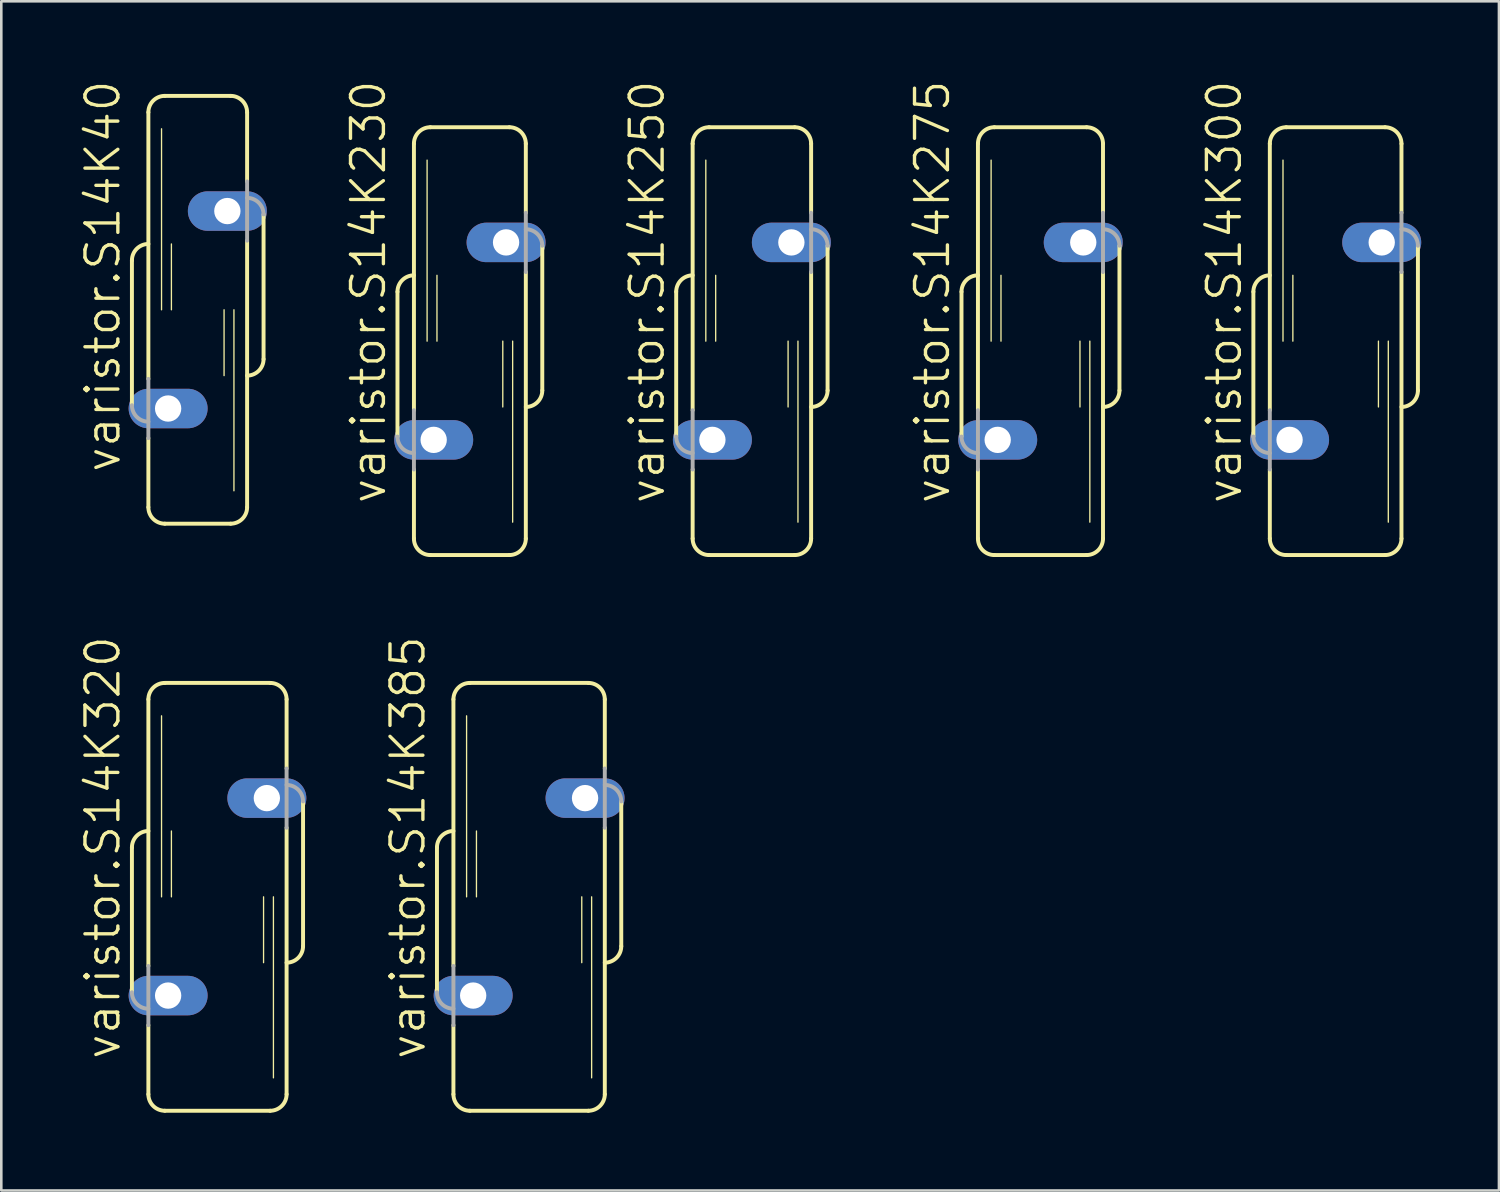
<source format=kicad_pcb>
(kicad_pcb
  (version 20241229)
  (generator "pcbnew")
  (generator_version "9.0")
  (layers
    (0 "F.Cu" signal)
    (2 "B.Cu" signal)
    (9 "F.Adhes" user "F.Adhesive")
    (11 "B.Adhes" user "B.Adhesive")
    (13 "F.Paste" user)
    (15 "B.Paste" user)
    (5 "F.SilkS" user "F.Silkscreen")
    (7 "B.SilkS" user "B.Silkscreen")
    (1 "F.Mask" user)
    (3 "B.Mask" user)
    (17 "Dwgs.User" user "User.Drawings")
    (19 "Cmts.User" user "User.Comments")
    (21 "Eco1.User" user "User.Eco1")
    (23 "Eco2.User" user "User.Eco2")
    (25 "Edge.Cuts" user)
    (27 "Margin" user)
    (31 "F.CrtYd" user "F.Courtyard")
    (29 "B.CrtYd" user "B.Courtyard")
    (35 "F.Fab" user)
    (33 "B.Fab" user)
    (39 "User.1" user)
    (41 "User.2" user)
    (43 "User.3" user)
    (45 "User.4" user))
  (footprint "varistor.S14K275"
    (layer "F.Cu")
    (at 37.103 10.115)
    (property "Reference" "varistor.S14K275" (at -3.429 6.35 90) (layer "F.SilkS") (effects (font (size 1.27 1.27) (thickness 0.13)) (justify left bottom)))
    (attr through_hole)
    (fp_line (start -3.048 -1.905) (end -3.048 3.683) (stroke (width 0.152) (type default)) (layer "F.SilkS"))
    (fp_line (start -2.413 2.667) (end -2.413 -7.62) (stroke (width 0.152) (type default)) (layer "F.SilkS"))
    (fp_line (start -2.413 7.62) (end -2.413 4.953) (stroke (width 0.152) (type default)) (layer "F.SilkS"))
    (fp_line (start -1.905 0) (end -1.905 -6.985) (stroke (width 0.051) (type default)) (layer "F.SilkS"))
    (fp_line (start -1.778 -8.255) (end 1.778 -8.255) (stroke (width 0.152) (type default)) (layer "F.SilkS"))
    (fp_line (start -1.778 8.255) (end 1.778 8.255) (stroke (width 0.152) (type default)) (layer "F.SilkS"))
    (fp_line (start -1.524 0) (end -1.524 -2.54) (stroke (width 0.051) (type default)) (layer "F.SilkS"))
    (fp_line (start 1.524 2.54) (end 1.524 0) (stroke (width 0.051) (type default)) (layer "F.SilkS"))
    (fp_line (start 1.905 6.985) (end 1.905 0) (stroke (width 0.051) (type default)) (layer "F.SilkS"))
    (fp_line (start 2.413 -4.953) (end 2.413 -7.62) (stroke (width 0.152) (type default)) (layer "F.SilkS"))
    (fp_line (start 2.413 7.62) (end 2.413 -2.667) (stroke (width 0.152) (type default)) (layer "F.SilkS"))
    (fp_line (start 3.048 1.905) (end 3.048 -3.683) (stroke (width 0.152) (type default)) (layer "F.SilkS"))
    (fp_arc (start -3.048 -1.905) (mid -2.862013 -2.354013) (end -2.413 -2.54) (stroke (width 0.1524) (type default)) (layer "F.SilkS"))
    (fp_arc (start -2.413 -7.62) (mid -2.227013 -8.069013) (end -1.778 -8.255) (stroke (width 0.1524) (type default)) (layer "F.SilkS"))
    (fp_arc (start -1.778 8.255) (mid -2.227013 8.069013) (end -2.413 7.62) (stroke (width 0.1524) (type default)) (layer "F.SilkS"))
    (fp_arc (start 1.778 -8.255) (mid 2.227013 -8.069013) (end 2.413 -7.62) (stroke (width 0.1524) (type default)) (layer "F.SilkS"))
    (fp_arc (start 2.413 7.62) (mid 2.227013 8.069013) (end 1.778 8.255) (stroke (width 0.1524) (type default)) (layer "F.SilkS"))
    (fp_arc (start 3.048 1.905) (mid 2.862013 2.354013) (end 2.413 2.54) (stroke (width 0.1524) (type default)) (layer "F.SilkS"))
    (fp_line (start -2.413 2.667) (end -2.413 4.953) (stroke (width 0.152) (type default)) (layer "F.Fab"))
    (fp_line (start 2.413 -2.667) (end 2.413 -4.953) (stroke (width 0.152) (type default)) (layer "F.Fab"))
    (fp_arc (start -2.413 4.318) (mid -2.862013 4.132013) (end -3.048 3.683) (stroke (width 0.1524) (type default)) (layer "F.Fab"))
    (fp_arc (start 2.413 -4.318) (mid 2.862013 -4.132013) (end 3.048 -3.683) (stroke (width 0.1524) (type default)) (layer "F.Fab"))
    (pad "1" thru_hole oval (at -1.651 3.81) (size 3.048 1.524) (drill 1.016) (layers "*.Cu" "*.Mask"))
    (pad "2" thru_hole oval (at 1.651 -3.81) (size 3.048 1.524) (drill 1.016) (layers "*.Cu" "*.Mask")))
  (footprint "varistor.S14K300"
    (layer "F.Cu")
    (at 48.494 10.115)
    (property "Reference" "varistor.S14K300" (at -3.556 6.35 90) (layer "F.SilkS") (effects (font (size 1.27 1.27) (thickness 0.13)) (justify left bottom)))
    (attr through_hole)
    (fp_line (start -3.175 -1.905) (end -3.175 3.683) (stroke (width 0.152) (type default)) (layer "F.SilkS"))
    (fp_line (start -2.54 2.667) (end -2.54 -7.62) (stroke (width 0.152) (type default)) (layer "F.SilkS"))
    (fp_line (start -2.54 7.62) (end -2.54 4.953) (stroke (width 0.152) (type default)) (layer "F.SilkS"))
    (fp_line (start -2.032 0) (end -2.032 -6.985) (stroke (width 0.051) (type default)) (layer "F.SilkS"))
    (fp_line (start -1.905 -8.255) (end 1.905 -8.255) (stroke (width 0.152) (type default)) (layer "F.SilkS"))
    (fp_line (start -1.905 8.255) (end 1.905 8.255) (stroke (width 0.152) (type default)) (layer "F.SilkS"))
    (fp_line (start -1.651 0) (end -1.651 -2.54) (stroke (width 0.051) (type default)) (layer "F.SilkS"))
    (fp_line (start 1.651 2.54) (end 1.651 0) (stroke (width 0.051) (type default)) (layer "F.SilkS"))
    (fp_line (start 2.032 6.985) (end 2.032 0) (stroke (width 0.051) (type default)) (layer "F.SilkS"))
    (fp_line (start 2.54 -4.953) (end 2.54 -7.62) (stroke (width 0.152) (type default)) (layer "F.SilkS"))
    (fp_line (start 2.54 7.62) (end 2.54 -2.667) (stroke (width 0.152) (type default)) (layer "F.SilkS"))
    (fp_line (start 3.175 1.905) (end 3.175 -3.683) (stroke (width 0.152) (type default)) (layer "F.SilkS"))
    (fp_arc (start -3.175 -1.905) (mid -2.989013 -2.354013) (end -2.54 -2.54) (stroke (width 0.1524) (type default)) (layer "F.SilkS"))
    (fp_arc (start -2.54 -7.62) (mid -2.354013 -8.069013) (end -1.905 -8.255) (stroke (width 0.1524) (type default)) (layer "F.SilkS"))
    (fp_arc (start -1.905 8.255) (mid -2.354013 8.069013) (end -2.54 7.62) (stroke (width 0.1524) (type default)) (layer "F.SilkS"))
    (fp_arc (start 1.905 -8.255) (mid 2.354013 -8.069013) (end 2.54 -7.62) (stroke (width 0.1524) (type default)) (layer "F.SilkS"))
    (fp_arc (start 2.54 7.62) (mid 2.354013 8.069013) (end 1.905 8.255) (stroke (width 0.1524) (type default)) (layer "F.SilkS"))
    (fp_arc (start 3.175 1.905) (mid 2.989013 2.354013) (end 2.54 2.54) (stroke (width 0.1524) (type default)) (layer "F.SilkS"))
    (fp_line (start -2.54 2.667) (end -2.54 4.953) (stroke (width 0.152) (type default)) (layer "F.Fab"))
    (fp_line (start 2.54 -2.667) (end 2.54 -4.953) (stroke (width 0.152) (type default)) (layer "F.Fab"))
    (fp_arc (start -2.54 4.318) (mid -2.989013 4.132013) (end -3.175 3.683) (stroke (width 0.1524) (type default)) (layer "F.Fab"))
    (fp_arc (start 2.54 -4.318) (mid 2.989013 -4.132013) (end 3.175 -3.683) (stroke (width 0.1524) (type default)) (layer "F.Fab"))
    (pad "1" thru_hole oval (at -1.778 3.81) (size 3.048 1.524) (drill 1.016) (layers "*.Cu" "*.Mask"))
    (pad "2" thru_hole oval (at 1.778 -3.81) (size 3.048 1.524) (drill 1.016) (layers "*.Cu" "*.Mask")))
  (footprint "varistor.S14K230"
    (layer "F.Cu")
    (at 15.083 10.115)
    (property "Reference" "varistor.S14K230" (at -3.175 6.35 90) (layer "F.SilkS") (effects (font (size 1.27 1.27) (thickness 0.13)) (justify left bottom)))
    (attr through_hole)
    (fp_line (start -2.794 -1.905) (end -2.794 3.683) (stroke (width 0.152) (type default)) (layer "F.SilkS"))
    (fp_line (start -2.159 2.667) (end -2.159 -7.62) (stroke (width 0.152) (type default)) (layer "F.SilkS"))
    (fp_line (start -2.159 7.62) (end -2.159 4.953) (stroke (width 0.152) (type default)) (layer "F.SilkS"))
    (fp_line (start -1.651 0) (end -1.651 -6.985) (stroke (width 0.051) (type default)) (layer "F.SilkS"))
    (fp_line (start -1.524 -8.255) (end 1.524 -8.255) (stroke (width 0.152) (type default)) (layer "F.SilkS"))
    (fp_line (start -1.524 8.255) (end 1.524 8.255) (stroke (width 0.152) (type default)) (layer "F.SilkS"))
    (fp_line (start -1.27 0) (end -1.27 -2.54) (stroke (width 0.051) (type default)) (layer "F.SilkS"))
    (fp_line (start 1.27 2.54) (end 1.27 0) (stroke (width 0.051) (type default)) (layer "F.SilkS"))
    (fp_line (start 1.651 6.985) (end 1.651 0) (stroke (width 0.051) (type default)) (layer "F.SilkS"))
    (fp_line (start 2.159 -4.953) (end 2.159 -7.62) (stroke (width 0.152) (type default)) (layer "F.SilkS"))
    (fp_line (start 2.159 7.62) (end 2.159 -2.667) (stroke (width 0.152) (type default)) (layer "F.SilkS"))
    (fp_line (start 2.794 1.905) (end 2.794 -3.683) (stroke (width 0.152) (type default)) (layer "F.SilkS"))
    (fp_arc (start -2.794 -1.905) (mid -2.608013 -2.354013) (end -2.159 -2.54) (stroke (width 0.1524) (type default)) (layer "F.SilkS"))
    (fp_arc (start -2.159 -7.62) (mid -1.973013 -8.069013) (end -1.524 -8.255) (stroke (width 0.1524) (type default)) (layer "F.SilkS"))
    (fp_arc (start -1.524 8.255) (mid -1.973013 8.069013) (end -2.159 7.62) (stroke (width 0.1524) (type default)) (layer "F.SilkS"))
    (fp_arc (start 1.524 -8.255) (mid 1.973013 -8.069013) (end 2.159 -7.62) (stroke (width 0.1524) (type default)) (layer "F.SilkS"))
    (fp_arc (start 2.159 7.62) (mid 1.973013 8.069013) (end 1.524 8.255) (stroke (width 0.1524) (type default)) (layer "F.SilkS"))
    (fp_arc (start 2.794 1.905) (mid 2.608013 2.354013) (end 2.159 2.54) (stroke (width 0.1524) (type default)) (layer "F.SilkS"))
    (fp_line (start -2.159 2.667) (end -2.159 4.953) (stroke (width 0.152) (type default)) (layer "F.Fab"))
    (fp_line (start 2.159 -2.667) (end 2.159 -4.953) (stroke (width 0.152) (type default)) (layer "F.Fab"))
    (fp_arc (start -2.159 4.318) (mid -2.608013 4.132013) (end -2.794 3.683) (stroke (width 0.1524) (type default)) (layer "F.Fab"))
    (fp_arc (start 2.159 -4.318) (mid 2.608013 -4.132013) (end 2.794 -3.683) (stroke (width 0.1524) (type default)) (layer "F.Fab"))
    (pad "1" thru_hole oval (at -1.397 3.81) (size 3.048 1.524) (drill 1.016) (layers "*.Cu" "*.Mask"))
    (pad "2" thru_hole oval (at 1.397 -3.81) (size 3.048 1.524) (drill 1.016) (layers "*.Cu" "*.Mask")))
  (footprint "varistor.S14K385"
    (layer "F.Cu")
    (at 17.369 31.56)
    (property "Reference" "varistor.S14K385" (at -3.937 6.35 90) (layer "F.SilkS") (effects (font (size 1.27 1.27) (thickness 0.13)) (justify left bottom)))
    (attr through_hole)
    (fp_line (start -3.556 -1.905) (end -3.556 3.683) (stroke (width 0.152) (type default)) (layer "F.SilkS"))
    (fp_line (start -2.921 2.667) (end -2.921 -7.62) (stroke (width 0.152) (type default)) (layer "F.SilkS"))
    (fp_line (start -2.921 7.62) (end -2.921 4.953) (stroke (width 0.152) (type default)) (layer "F.SilkS"))
    (fp_line (start -2.413 0) (end -2.413 -6.985) (stroke (width 0.051) (type default)) (layer "F.SilkS"))
    (fp_line (start -2.286 -8.255) (end 2.286 -8.255) (stroke (width 0.152) (type default)) (layer "F.SilkS"))
    (fp_line (start -2.286 8.255) (end 2.286 8.255) (stroke (width 0.152) (type default)) (layer "F.SilkS"))
    (fp_line (start -2.032 0) (end -2.032 -2.54) (stroke (width 0.051) (type default)) (layer "F.SilkS"))
    (fp_line (start 2.032 2.54) (end 2.032 0) (stroke (width 0.051) (type default)) (layer "F.SilkS"))
    (fp_line (start 2.413 6.985) (end 2.413 0) (stroke (width 0.051) (type default)) (layer "F.SilkS"))
    (fp_line (start 2.921 -4.953) (end 2.921 -7.62) (stroke (width 0.152) (type default)) (layer "F.SilkS"))
    (fp_line (start 2.921 7.62) (end 2.921 -2.667) (stroke (width 0.152) (type default)) (layer "F.SilkS"))
    (fp_line (start 3.556 1.905) (end 3.556 -3.683) (stroke (width 0.152) (type default)) (layer "F.SilkS"))
    (fp_arc (start -3.556 -1.905) (mid -3.370013 -2.354013) (end -2.921 -2.54) (stroke (width 0.1524) (type default)) (layer "F.SilkS"))
    (fp_arc (start -2.921 -7.62) (mid -2.735013 -8.069013) (end -2.286 -8.255) (stroke (width 0.1524) (type default)) (layer "F.SilkS"))
    (fp_arc (start -2.286 8.255) (mid -2.735013 8.069013) (end -2.921 7.62) (stroke (width 0.1524) (type default)) (layer "F.SilkS"))
    (fp_arc (start 2.286 -8.255) (mid 2.735013 -8.069013) (end 2.921 -7.62) (stroke (width 0.1524) (type default)) (layer "F.SilkS"))
    (fp_arc (start 2.921 7.62) (mid 2.735013 8.069013) (end 2.286 8.255) (stroke (width 0.1524) (type default)) (layer "F.SilkS"))
    (fp_arc (start 3.556 1.905) (mid 3.370013 2.354013) (end 2.921 2.54) (stroke (width 0.1524) (type default)) (layer "F.SilkS"))
    (fp_line (start -2.921 2.667) (end -2.921 4.953) (stroke (width 0.152) (type default)) (layer "F.Fab"))
    (fp_line (start 2.921 -2.667) (end 2.921 -4.953) (stroke (width 0.152) (type default)) (layer "F.Fab"))
    (fp_arc (start -2.921 4.318) (mid -3.370013 4.132013) (end -3.556 3.683) (stroke (width 0.1524) (type default)) (layer "F.Fab"))
    (fp_arc (start 2.921 -4.318) (mid 3.370013 -4.132013) (end 3.556 -3.683) (stroke (width 0.1524) (type default)) (layer "F.Fab"))
    (pad "1" thru_hole oval (at -2.159 3.81) (size 3.048 1.524) (drill 1.016) (layers "*.Cu" "*.Mask"))
    (pad "2" thru_hole oval (at 2.159 -3.81) (size 3.048 1.524) (drill 1.016) (layers "*.Cu" "*.Mask")))
  (footprint "varistor.S14K250"
    (layer "F.Cu")
    (at 25.966 10.115)
    (property "Reference" "varistor.S14K250" (at -3.302 6.35 90) (layer "F.SilkS") (effects (font (size 1.27 1.27) (thickness 0.13)) (justify left bottom)))
    (attr through_hole)
    (fp_line (start -2.921 -1.905) (end -2.921 3.683) (stroke (width 0.152) (type default)) (layer "F.SilkS"))
    (fp_line (start -2.286 2.667) (end -2.286 -7.62) (stroke (width 0.152) (type default)) (layer "F.SilkS"))
    (fp_line (start -2.286 7.62) (end -2.286 4.953) (stroke (width 0.152) (type default)) (layer "F.SilkS"))
    (fp_line (start -1.778 0) (end -1.778 -6.985) (stroke (width 0.051) (type default)) (layer "F.SilkS"))
    (fp_line (start -1.651 -8.255) (end 1.651 -8.255) (stroke (width 0.152) (type default)) (layer "F.SilkS"))
    (fp_line (start -1.651 8.255) (end 1.651 8.255) (stroke (width 0.152) (type default)) (layer "F.SilkS"))
    (fp_line (start -1.397 0) (end -1.397 -2.54) (stroke (width 0.051) (type default)) (layer "F.SilkS"))
    (fp_line (start 1.397 2.54) (end 1.397 0) (stroke (width 0.051) (type default)) (layer "F.SilkS"))
    (fp_line (start 1.778 6.985) (end 1.778 0) (stroke (width 0.051) (type default)) (layer "F.SilkS"))
    (fp_line (start 2.286 -4.953) (end 2.286 -7.62) (stroke (width 0.152) (type default)) (layer "F.SilkS"))
    (fp_line (start 2.286 7.62) (end 2.286 -2.667) (stroke (width 0.152) (type default)) (layer "F.SilkS"))
    (fp_line (start 2.921 1.905) (end 2.921 -3.683) (stroke (width 0.152) (type default)) (layer "F.SilkS"))
    (fp_arc (start -2.921 -1.905) (mid -2.735013 -2.354013) (end -2.286 -2.54) (stroke (width 0.1524) (type default)) (layer "F.SilkS"))
    (fp_arc (start -2.286 -7.62) (mid -2.100013 -8.069013) (end -1.651 -8.255) (stroke (width 0.1524) (type default)) (layer "F.SilkS"))
    (fp_arc (start -1.651 8.255) (mid -2.100013 8.069013) (end -2.286 7.62) (stroke (width 0.1524) (type default)) (layer "F.SilkS"))
    (fp_arc (start 1.651 -8.255) (mid 2.100013 -8.069013) (end 2.286 -7.62) (stroke (width 0.1524) (type default)) (layer "F.SilkS"))
    (fp_arc (start 2.286 7.62) (mid 2.100013 8.069013) (end 1.651 8.255) (stroke (width 0.1524) (type default)) (layer "F.SilkS"))
    (fp_arc (start 2.921 1.905) (mid 2.735013 2.354013) (end 2.286 2.54) (stroke (width 0.1524) (type default)) (layer "F.SilkS"))
    (fp_line (start -2.286 2.667) (end -2.286 4.953) (stroke (width 0.152) (type default)) (layer "F.Fab"))
    (fp_line (start 2.286 -2.667) (end 2.286 -4.953) (stroke (width 0.152) (type default)) (layer "F.Fab"))
    (fp_arc (start -2.286 4.318) (mid -2.735013 4.132013) (end -2.921 3.683) (stroke (width 0.1524) (type default)) (layer "F.Fab"))
    (fp_arc (start 2.286 -4.318) (mid 2.735013 -4.132013) (end 2.921 -3.683) (stroke (width 0.1524) (type default)) (layer "F.Fab"))
    (pad "1" thru_hole oval (at -1.524 3.81) (size 3.048 1.524) (drill 1.016) (layers "*.Cu" "*.Mask"))
    (pad "2" thru_hole oval (at 1.524 -3.81) (size 3.048 1.524) (drill 1.016) (layers "*.Cu" "*.Mask")))
  (footprint "varistor.S14K40"
    (layer "F.Cu")
    (at 4.581 8.905)
    (property "Reference" "varistor.S14K40" (at -2.921 6.35 90) (layer "F.SilkS") (effects (font (size 1.27 1.27) (thickness 0.13)) (justify left bottom)))
    (attr through_hole)
    (fp_line (start -2.54 -1.905) (end -2.54 3.683) (stroke (width 0.152) (type default)) (layer "F.SilkS"))
    (fp_line (start -1.905 2.667) (end -1.905 -7.62) (stroke (width 0.152) (type default)) (layer "F.SilkS"))
    (fp_line (start -1.905 7.62) (end -1.905 4.953) (stroke (width 0.152) (type default)) (layer "F.SilkS"))
    (fp_line (start -1.397 0) (end -1.397 -6.985) (stroke (width 0.051) (type default)) (layer "F.SilkS"))
    (fp_line (start -1.27 -8.255) (end 1.27 -8.255) (stroke (width 0.152) (type default)) (layer "F.SilkS"))
    (fp_line (start -1.27 8.255) (end 1.27 8.255) (stroke (width 0.152) (type default)) (layer "F.SilkS"))
    (fp_line (start -1.016 0) (end -1.016 -2.54) (stroke (width 0.051) (type default)) (layer "F.SilkS"))
    (fp_line (start 1.016 2.54) (end 1.016 0) (stroke (width 0.051) (type default)) (layer "F.SilkS"))
    (fp_line (start 1.397 6.985) (end 1.397 0) (stroke (width 0.051) (type default)) (layer "F.SilkS"))
    (fp_line (start 1.905 -4.953) (end 1.905 -7.62) (stroke (width 0.152) (type default)) (layer "F.SilkS"))
    (fp_line (start 1.905 7.62) (end 1.905 -2.667) (stroke (width 0.152) (type default)) (layer "F.SilkS"))
    (fp_line (start 2.54 1.905) (end 2.54 -3.683) (stroke (width 0.152) (type default)) (layer "F.SilkS"))
    (fp_arc (start -2.54 -1.905) (mid -2.354013 -2.354013) (end -1.905 -2.54) (stroke (width 0.1524) (type default)) (layer "F.SilkS"))
    (fp_arc (start -1.905 -7.62) (mid -1.719013 -8.069013) (end -1.27 -8.255) (stroke (width 0.1524) (type default)) (layer "F.SilkS"))
    (fp_arc (start -1.27 8.255) (mid -1.719013 8.069013) (end -1.905 7.62) (stroke (width 0.1524) (type default)) (layer "F.SilkS"))
    (fp_arc (start 1.27 -8.255) (mid 1.719013 -8.069013) (end 1.905 -7.62) (stroke (width 0.1524) (type default)) (layer "F.SilkS"))
    (fp_arc (start 1.905 7.62) (mid 1.719013 8.069013) (end 1.27 8.255) (stroke (width 0.1524) (type default)) (layer "F.SilkS"))
    (fp_arc (start 2.54 1.905) (mid 2.354013 2.354013) (end 1.905 2.54) (stroke (width 0.1524) (type default)) (layer "F.SilkS"))
    (fp_line (start -1.905 2.667) (end -1.905 4.953) (stroke (width 0.152) (type default)) (layer "F.Fab"))
    (fp_line (start 1.905 -2.667) (end 1.905 -4.953) (stroke (width 0.152) (type default)) (layer "F.Fab"))
    (fp_arc (start -1.905 4.318) (mid -2.354013 4.132013) (end -2.54 3.683) (stroke (width 0.1524) (type default)) (layer "F.Fab"))
    (fp_arc (start 1.905 -4.318) (mid 2.354013 -4.132013) (end 2.54 -3.683) (stroke (width 0.1524) (type default)) (layer "F.Fab"))
    (pad "1" thru_hole oval (at -1.143 3.81) (size 3.048 1.524) (drill 1.016) (layers "*.Cu" "*.Mask"))
    (pad "2" thru_hole oval (at 1.143 -3.81) (size 3.048 1.524) (drill 1.016) (layers "*.Cu" "*.Mask")))
  (footprint "varistor.S14K320"
    (layer "F.Cu")
    (at 5.343 31.56)
    (property "Reference" "varistor.S14K320" (at -3.683 6.35 90) (layer "F.SilkS") (effects (font (size 1.27 1.27) (thickness 0.13)) (justify left bottom)))
    (attr through_hole)
    (fp_line (start -3.302 -1.905) (end -3.302 3.683) (stroke (width 0.152) (type default)) (layer "F.SilkS"))
    (fp_line (start -2.667 2.667) (end -2.667 -7.62) (stroke (width 0.152) (type default)) (layer "F.SilkS"))
    (fp_line (start -2.667 7.62) (end -2.667 4.953) (stroke (width 0.152) (type default)) (layer "F.SilkS"))
    (fp_line (start -2.159 0) (end -2.159 -6.985) (stroke (width 0.051) (type default)) (layer "F.SilkS"))
    (fp_line (start -2.032 -8.255) (end 2.032 -8.255) (stroke (width 0.152) (type default)) (layer "F.SilkS"))
    (fp_line (start -2.032 8.255) (end 2.032 8.255) (stroke (width 0.152) (type default)) (layer "F.SilkS"))
    (fp_line (start -1.778 0) (end -1.778 -2.54) (stroke (width 0.051) (type default)) (layer "F.SilkS"))
    (fp_line (start 1.778 2.54) (end 1.778 0) (stroke (width 0.051) (type default)) (layer "F.SilkS"))
    (fp_line (start 2.159 6.985) (end 2.159 0) (stroke (width 0.051) (type default)) (layer "F.SilkS"))
    (fp_line (start 2.667 -4.953) (end 2.667 -7.62) (stroke (width 0.152) (type default)) (layer "F.SilkS"))
    (fp_line (start 2.667 7.62) (end 2.667 -2.667) (stroke (width 0.152) (type default)) (layer "F.SilkS"))
    (fp_line (start 3.302 1.905) (end 3.302 -3.683) (stroke (width 0.152) (type default)) (layer "F.SilkS"))
    (fp_arc (start -3.302 -1.905) (mid -3.116013 -2.354013) (end -2.667 -2.54) (stroke (width 0.1524) (type default)) (layer "F.SilkS"))
    (fp_arc (start -2.667 -7.62) (mid -2.481013 -8.069013) (end -2.032 -8.255) (stroke (width 0.1524) (type default)) (layer "F.SilkS"))
    (fp_arc (start -2.032 8.255) (mid -2.481013 8.069013) (end -2.667 7.62) (stroke (width 0.1524) (type default)) (layer "F.SilkS"))
    (fp_arc (start 2.032 -8.255) (mid 2.481013 -8.069013) (end 2.667 -7.62) (stroke (width 0.1524) (type default)) (layer "F.SilkS"))
    (fp_arc (start 2.667 7.62) (mid 2.481013 8.069013) (end 2.032 8.255) (stroke (width 0.1524) (type default)) (layer "F.SilkS"))
    (fp_arc (start 3.302 1.905) (mid 3.116013 2.354013) (end 2.667 2.54) (stroke (width 0.1524) (type default)) (layer "F.SilkS"))
    (fp_line (start -2.667 2.667) (end -2.667 4.953) (stroke (width 0.152) (type default)) (layer "F.Fab"))
    (fp_line (start 2.667 -2.667) (end 2.667 -4.953) (stroke (width 0.152) (type default)) (layer "F.Fab"))
    (fp_arc (start -2.667 4.318) (mid -3.116013 4.132013) (end -3.302 3.683) (stroke (width 0.1524) (type default)) (layer "F.Fab"))
    (fp_arc (start 2.667 -4.318) (mid 3.116013 -4.132013) (end 3.302 -3.683) (stroke (width 0.1524) (type default)) (layer "F.Fab"))
    (pad "1" thru_hole oval (at -1.905 3.81) (size 3.048 1.524) (drill 1.016) (layers "*.Cu" "*.Mask"))
    (pad "2" thru_hole oval (at 1.905 -3.81) (size 3.048 1.524) (drill 1.016) (layers "*.Cu" "*.Mask")))
  (gr_rect
    (start -3 -3)
    (end 54.796 42.892)
    (stroke (width 0.1) (type default))
    (fill no)
    (layer "Edge.Cuts")))
</source>
